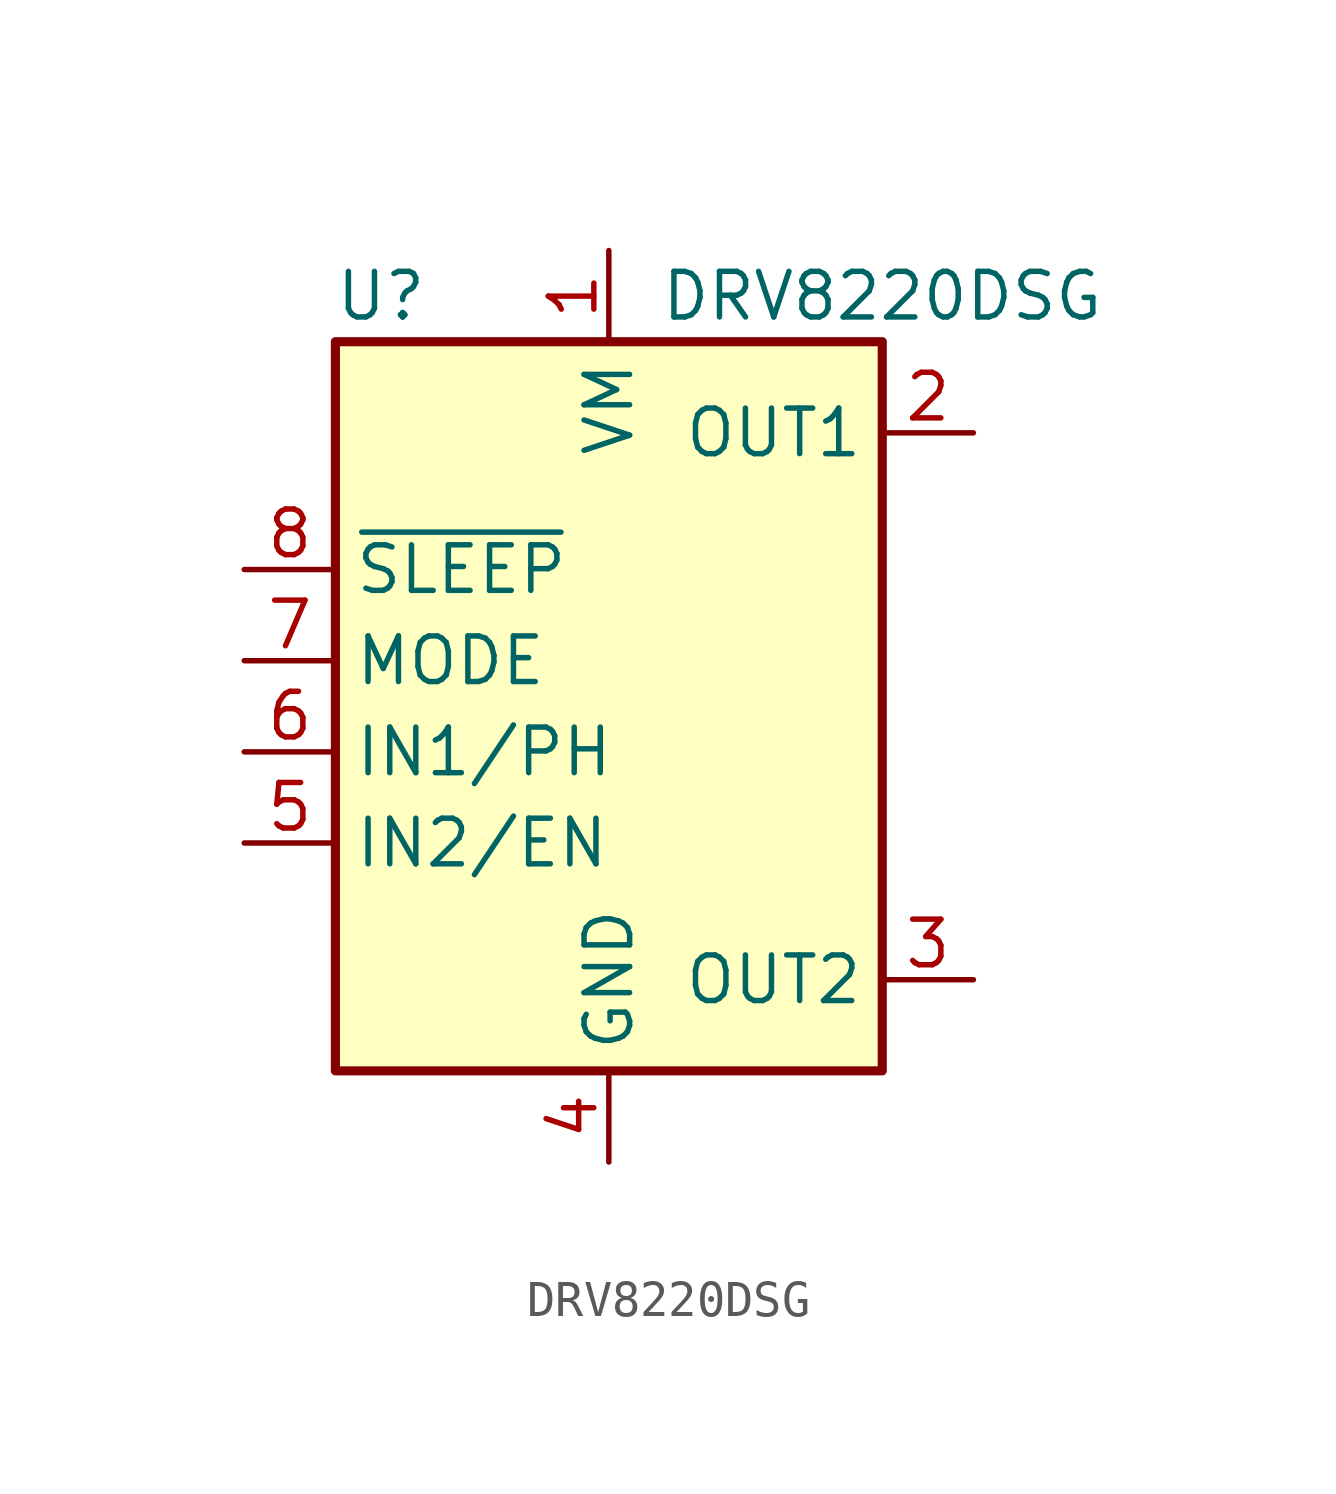
<source format=kicad_sym>
(kicad_symbol_lib
  (version 20220914)
  (generator kicad_symbol_editor)
  (symbol "DRV8220DSG"
    (property "Reference" "U"
      (at -6.35 11.43 0)
      (effects (font (size 1.27 1.27))))
    (property "Value" "DRV8220DSG"
      (at 7.62 11.43 0)
      (effects (font (size 1.27 1.27))))
    (symbol "DRV8220DSG_0_1"
      (rectangle (start -7.62 10.16) (end 7.62 -10.16) (stroke (width 0.254) (type default)) (fill (type background))))
    (symbol "DRV8220DSG_1_1"
      (pin power_in line (at 0 12.7 270) (length 2.54) (name "VM" (effects (font (size 1.27 1.27)))) (number "1" (effects (font (size 1.27 1.27)))))
      (pin output line (at 10.16 7.62 180) (length 2.54) (name "OUT1" (effects (font (size 1.27 1.27)))) (number "2" (effects (font (size 1.27 1.27)))))
      (pin output line (at 10.16 -7.62 180) (length 2.54) (name "OUT2" (effects (font (size 1.27 1.27)))) (number "3" (effects (font (size 1.27 1.27)))))
      (pin power_in line (at 0 -12.7 90) (length 2.54) (name "GND" (effects (font (size 1.27 1.27)))) (number "4" (effects (font (size 1.27 1.27)))))
      (pin input line (at -10.16 -3.81 0) (length 2.54) (name "IN2/EN" (effects (font (size 1.27 1.27)))) (number "5" (effects (font (size 1.27 1.27)))))
      (pin input line (at -10.16 -1.27 0) (length 2.54) (name "IN1/PH" (effects (font (size 1.27 1.27)))) (number "6" (effects (font (size 1.27 1.27)))))
      (pin input line (at -10.16 1.27 0) (length 2.54) (name "MODE" (effects (font (size 1.27 1.27)))) (number "7" (effects (font (size 1.27 1.27)))))
      (pin input line (at -10.16 3.81 0) (length 2.54) (name "~{SLEEP}" (effects (font (size 1.27 1.27)))) (number "8" (effects (font (size 1.27 1.27)))))
      (pin passive line (at 0 -12.7 90) (length 2.54) hide (name "GND" (effects (font (size 1.27 1.27)))) (number "9" (effects (font (size 1.27 1.27))))))))
</source>
